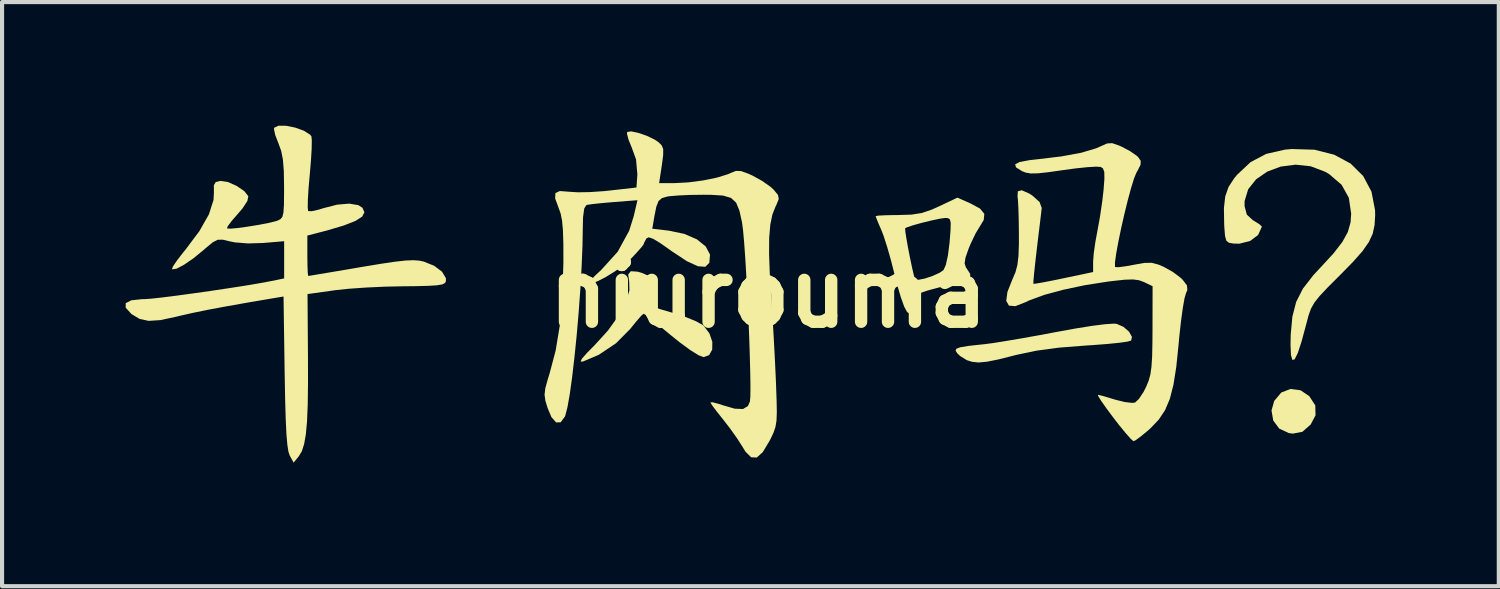
<source format=kicad_pcb>
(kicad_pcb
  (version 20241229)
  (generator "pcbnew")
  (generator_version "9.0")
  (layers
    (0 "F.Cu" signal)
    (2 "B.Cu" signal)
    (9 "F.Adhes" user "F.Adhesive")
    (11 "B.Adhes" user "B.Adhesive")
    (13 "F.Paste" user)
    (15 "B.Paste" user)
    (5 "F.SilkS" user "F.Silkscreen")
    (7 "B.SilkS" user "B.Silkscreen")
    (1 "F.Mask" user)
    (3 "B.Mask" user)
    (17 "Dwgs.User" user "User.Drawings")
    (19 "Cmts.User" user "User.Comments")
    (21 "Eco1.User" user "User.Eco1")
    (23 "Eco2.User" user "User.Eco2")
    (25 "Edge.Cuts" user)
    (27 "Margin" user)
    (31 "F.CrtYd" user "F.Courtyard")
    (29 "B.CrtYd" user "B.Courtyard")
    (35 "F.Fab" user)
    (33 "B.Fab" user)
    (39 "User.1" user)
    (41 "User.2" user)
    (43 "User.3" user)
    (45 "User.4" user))
  (footprint "niurouma"
    (layer "F.Cu")
    (at 15.595 4.068)
    (property "Reference" "niurouma" (at 0 0 0) (layer "F.SilkS") (effects (font (size 1.524 1.524) (thickness 0.3))))
    (attr board_only exclude_from_pos_files exclude_from_bom)
    (fp_poly (pts (xy 12.913 2.352) (xy 13.125 2.495) (xy 13.271 2.719) (xy 13.277 2.959) (xy 13.159 3.183) (xy 12.959 3.359) (xy 12.724 3.404) (xy 12.63 3.391) (xy 12.396 3.282) (xy 12.251 3.087) (xy 12.209 2.843) (xy 12.274 2.611) (xy 12.446 2.407) (xy 12.67 2.32)) (stroke (width 0) (type solid)) (fill yes) (layer "F.SilkS"))
    (fp_poly (pts (xy 8.45 0.74) (xy 8.616 0.813) (xy 8.751 0.93) (xy 8.822 1.055) (xy 8.803 1.146) (xy 8.715 1.171) (xy 8.512 1.2) (xy 8.222 1.229) (xy 7.869 1.256) (xy 7.696 1.267) (xy 7.048 1.318) (xy 6.501 1.392) (xy 6.016 1.494) (xy 5.962 1.508) (xy 5.581 1.604) (xy 5.304 1.659) (xy 5.102 1.678) (xy 4.944 1.662) (xy 4.817 1.622) (xy 4.654 1.522) (xy 4.582 1.453) (xy 4.543 1.39) (xy 4.562 1.344) (xy 4.659 1.308) (xy 4.853 1.276) (xy 5.163 1.242) (xy 5.242 1.234) (xy 5.449 1.207) (xy 5.763 1.157) (xy 6.152 1.091) (xy 6.583 1.014) (xy 6.955 0.944) (xy 7.437 0.856) (xy 7.848 0.79) (xy 8.17 0.749) (xy 8.384 0.735)) (stroke (width 0) (type solid)) (fill yes) (layer "F.SilkS"))
    (fp_poly (pts (xy -3.175 -0.526) (xy -3.065 -0.494) (xy -2.826 -0.39) (xy -2.715 -0.267) (xy -2.723 -0.102) (xy -2.784 0.034) (xy -2.859 0.193) (xy -2.885 0.289) (xy -2.882 0.299) (xy -2.804 0.328) (xy -2.624 0.384) (xy -2.377 0.457) (xy -2.287 0.483) (xy -2.003 0.576) (xy -1.757 0.677) (xy -1.593 0.768) (xy -1.571 0.786) (xy -1.43 0.973) (xy -1.36 1.178) (xy -1.363 1.365) (xy -1.438 1.5) (xy -1.572 1.548) (xy -1.693 1.503) (xy -1.894 1.378) (xy -2.151 1.189) (xy -2.359 1.022) (xy -2.61 0.815) (xy -2.82 0.646) (xy -2.966 0.533) (xy -3.026 0.494) (xy -3.085 0.544) (xy -3.202 0.678) (xy -3.353 0.864) (xy -3.695 1.21) (xy -4.116 1.492) (xy -4.5 1.655) (xy -4.556 1.654) (xy -4.525 1.586) (xy -4.399 1.443) (xy -4.213 1.255) (xy -3.895 0.905) (xy -3.64 0.552) (xy -3.462 0.219) (xy -3.372 -0.071) (xy -3.377 -0.281) (xy -3.402 -0.458) (xy -3.339 -0.537)) (stroke (width 0) (type solid)) (fill yes) (layer "F.SilkS"))
    (fp_poly (pts (xy 13.251 -3.485) (xy 13.73 -3.364) (xy 14.128 -3.149) (xy 14.433 -2.847) (xy 14.635 -2.467) (xy 14.721 -2.019) (xy 14.724 -1.9) (xy 14.71 -1.658) (xy 14.664 -1.446) (xy 14.57 -1.243) (xy 14.415 -1.022) (xy 14.183 -0.76) (xy 13.861 -0.432) (xy 13.832 -0.403) (xy 13.563 -0.134) (xy 13.375 0.066) (xy 13.249 0.225) (xy 13.167 0.371) (xy 13.108 0.534) (xy 13.054 0.739) (xy 12.941 1.159) (xy 12.847 1.447) (xy 12.771 1.6) (xy 12.715 1.617) (xy 12.681 1.499) (xy 12.67 1.244) (xy 12.675 1.003) (xy 12.715 0.566) (xy 12.807 0.208) (xy 12.97 -0.113) (xy 13.225 -0.442) (xy 13.403 -0.633) (xy 13.713 -0.969) (xy 13.927 -1.245) (xy 14.06 -1.487) (xy 14.127 -1.721) (xy 14.142 -1.934) (xy 14.085 -2.319) (xy 13.909 -2.635) (xy 13.608 -2.893) (xy 13.512 -2.949) (xy 13.161 -3.083) (xy 12.793 -3.122) (xy 12.433 -3.076) (xy 12.106 -2.954) (xy 11.835 -2.767) (xy 11.643 -2.526) (xy 11.556 -2.24) (xy 11.555 -2.116) (xy 11.609 -1.911) (xy 11.754 -1.776) (xy 11.777 -1.763) (xy 11.914 -1.678) (xy 11.975 -1.62) (xy 11.975 -1.617) (xy 11.883 -1.415) (xy 11.689 -1.271) (xy 11.43 -1.205) (xy 11.283 -1.208) (xy 11.174 -1.228) (xy 11.112 -1.278) (xy 11.081 -1.392) (xy 11.064 -1.604) (xy 11.06 -1.689) (xy 11.054 -2.069) (xy 11.086 -2.353) (xy 11.166 -2.581) (xy 11.305 -2.794) (xy 11.372 -2.876) (xy 11.701 -3.184) (xy 12.078 -3.383) (xy 12.534 -3.487) (xy 12.7 -3.502)) (stroke (width 0) (type solid)) (fill yes) (layer "F.SilkS"))
    (fp_poly (pts (xy 4.898 -2.185) (xy 5.134 -2.058) (xy 5.24 -1.93) (xy 5.226 -1.781) (xy 5.142 -1.641) (xy 5.03 -1.457) (xy 4.912 -1.211) (xy 4.858 -1.082) (xy 4.782 -0.863) (xy 4.762 -0.728) (xy 4.792 -0.631) (xy 4.821 -0.589) (xy 4.897 -0.472) (xy 4.897 -0.394) (xy 4.802 -0.332) (xy 4.594 -0.266) (xy 4.521 -0.246) (xy 4.245 -0.171) (xy 3.979 -0.1) (xy 3.852 -0.065) (xy 3.679 -0.006) (xy 3.605 0.079) (xy 3.588 0.235) (xy 3.588 0.245) (xy 3.565 0.45) (xy 3.496 0.525) (xy 3.385 0.468) (xy 3.356 0.437) (xy 3.295 0.321) (xy 3.216 0.1) (xy 3.13 -0.19) (xy 3.064 -0.45) (xy 2.976 -0.798) (xy 2.881 -1.131) (xy 2.793 -1.403) (xy 2.743 -1.531) (xy 2.722 -1.58) (xy 3.319 -1.58) (xy 3.322 -1.508) (xy 3.348 -1.337) (xy 3.389 -1.106) (xy 3.439 -0.852) (xy 3.489 -0.615) (xy 3.532 -0.431) (xy 3.56 -0.342) (xy 3.641 -0.328) (xy 3.799 -0.36) (xy 3.987 -0.423) (xy 4.157 -0.5) (xy 4.25 -0.565) (xy 4.306 -0.689) (xy 4.357 -0.92) (xy 4.396 -1.223) (xy 4.398 -1.249) (xy 4.42 -1.533) (xy 4.425 -1.705) (xy 4.406 -1.793) (xy 4.359 -1.825) (xy 4.293 -1.829) (xy 4.164 -1.812) (xy 3.961 -1.769) (xy 3.728 -1.712) (xy 3.512 -1.652) (xy 3.36 -1.601) (xy 3.319 -1.58) (xy 2.722 -1.58) (xy 2.662 -1.719) (xy 2.612 -1.845) (xy 2.603 -1.873) (xy 2.668 -1.886) (xy 2.84 -1.895) (xy 3.084 -1.9) (xy 3.149 -1.9) (xy 3.472 -1.91) (xy 3.721 -1.949) (xy 3.965 -2.032) (xy 4.141 -2.111) (xy 4.587 -2.322)) (stroke (width 0) (type solid)) (fill yes) (layer "F.SilkS"))
    (fp_poly (pts (xy 8.503 -3.589) (xy 8.576 -3.557) (xy 8.78 -3.449) (xy 8.941 -3.336) (xy 8.972 -3.306) (xy 9.035 -3.216) (xy 9.031 -3.122) (xy 8.957 -2.972) (xy 8.93 -2.927) (xy 8.874 -2.79) (xy 8.802 -2.558) (xy 8.721 -2.259) (xy 8.638 -1.921) (xy 8.559 -1.573) (xy 8.491 -1.243) (xy 8.439 -0.959) (xy 8.41 -0.75) (xy 8.411 -0.644) (xy 8.415 -0.638) (xy 8.495 -0.634) (xy 8.672 -0.657) (xy 8.868 -0.693) (xy 9.12 -0.738) (xy 9.296 -0.741) (xy 9.458 -0.7) (xy 9.587 -0.646) (xy 9.812 -0.521) (xy 10.008 -0.374) (xy 10.05 -0.333) (xy 10.156 -0.194) (xy 10.167 -0.083) (xy 10.132 0.001) (xy 10.097 0.123) (xy 10.056 0.357) (xy 10.013 0.673) (xy 9.972 1.044) (xy 9.955 1.231) (xy 9.898 1.784) (xy 9.829 2.22) (xy 9.741 2.563) (xy 9.625 2.836) (xy 9.473 3.064) (xy 9.276 3.271) (xy 9.233 3.31) (xy 9.055 3.458) (xy 8.919 3.559) (xy 8.861 3.588) (xy 8.798 3.536) (xy 8.672 3.394) (xy 8.503 3.188) (xy 8.377 3.025) (xy 8.203 2.791) (xy 8.072 2.604) (xy 8.001 2.489) (xy 7.996 2.463) (xy 8.085 2.482) (xy 8.262 2.533) (xy 8.412 2.579) (xy 8.639 2.636) (xy 8.825 2.658) (xy 8.897 2.65) (xy 8.991 2.563) (xy 9.104 2.392) (xy 9.166 2.27) (xy 9.227 2.122) (xy 9.269 1.97) (xy 9.296 1.783) (xy 9.312 1.535) (xy 9.319 1.195) (xy 9.321 0.881) (xy 9.323 -0.173) (xy 9.116 -0.273) (xy 8.994 -0.318) (xy 8.849 -0.337) (xy 8.646 -0.331) (xy 8.351 -0.299) (xy 8.237 -0.285) (xy 7.676 -0.197) (xy 7.151 -0.086) (xy 6.693 0.038) (xy 6.335 0.169) (xy 6.237 0.216) (xy 5.993 0.311) (xy 5.837 0.298) (xy 5.772 0.182) (xy 5.8 -0.032) (xy 5.922 -0.341) (xy 5.926 -0.347) (xy 5.997 -0.516) (xy 6.043 -0.691) (xy 6.069 -0.909) (xy 6.079 -1.207) (xy 6.079 -1.442) (xy 6.075 -1.771) (xy 6.067 -2.056) (xy 6.056 -2.264) (xy 6.046 -2.349) (xy 6.053 -2.476) (xy 6.149 -2.501) (xy 6.327 -2.423) (xy 6.408 -2.371) (xy 6.581 -2.215) (xy 6.633 -2.072) (xy 6.633 -2.07) (xy 6.619 -1.95) (xy 6.592 -1.722) (xy 6.555 -1.421) (xy 6.516 -1.091) (xy 6.478 -0.764) (xy 6.449 -0.493) (xy 6.432 -0.307) (xy 6.43 -0.231) (xy 6.43 -0.231) (xy 6.501 -0.238) (xy 6.68 -0.269) (xy 6.938 -0.319) (xy 7.163 -0.366) (xy 7.88 -0.517) (xy 7.88 -0.769) (xy 7.895 -0.968) (xy 7.934 -1.243) (xy 7.984 -1.513) (xy 8.047 -1.86) (xy 8.104 -2.249) (xy 8.134 -2.514) (xy 8.154 -2.783) (xy 8.151 -2.945) (xy 8.12 -3.03) (xy 8.066 -3.067) (xy 7.953 -3.074) (xy 7.734 -3.061) (xy 7.442 -3.03) (xy 7.15 -2.99) (xy 6.79 -2.939) (xy 6.539 -2.912) (xy 6.366 -2.909) (xy 6.243 -2.93) (xy 6.155 -2.965) (xy 6.009 -3.057) (xy 5.988 -3.13) (xy 6.096 -3.187) (xy 6.339 -3.232) (xy 6.52 -3.252) (xy 7.112 -3.323) (xy 7.593 -3.412) (xy 7.953 -3.519) (xy 8.068 -3.57) (xy 8.22 -3.637) (xy 8.343 -3.644)) (stroke (width 0) (type solid)) (fill yes) (layer "F.SilkS"))
    (fp_poly (pts (xy -11.702 -4.066) (xy -11.483 -4.022) (xy -11.274 -3.947) (xy -11.123 -3.852) (xy -11.089 -3.812) (xy -11.079 -3.717) (xy -11.082 -3.513) (xy -11.099 -3.228) (xy -11.127 -2.894) (xy -11.128 -2.89) (xy -11.157 -2.559) (xy -11.174 -2.281) (xy -11.178 -2.084) (xy -11.168 -1.998) (xy -11.168 -1.997) (xy -11.082 -1.993) (xy -10.911 -2.031) (xy -10.792 -2.068) (xy -10.463 -2.152) (xy -10.171 -2.177) (xy -9.949 -2.14) (xy -9.85 -2.076) (xy -9.803 -1.967) (xy -9.856 -1.863) (xy -10.016 -1.759) (xy -10.295 -1.649) (xy -10.7 -1.528) (xy -10.888 -1.479) (xy -11.187 -1.402) (xy -11.187 -0.912) (xy -11.184 -0.67) (xy -11.177 -0.495) (xy -11.166 -0.422) (xy -11.165 -0.422) (xy -11.092 -0.433) (xy -10.903 -0.465) (xy -10.62 -0.512) (xy -10.265 -0.572) (xy -9.896 -0.635) (xy -9.427 -0.713) (xy -9.072 -0.766) (xy -8.809 -0.796) (xy -8.615 -0.804) (xy -8.467 -0.793) (xy -8.367 -0.772) (xy -8.11 -0.669) (xy -7.92 -0.526) (xy -7.826 -0.37) (xy -7.824 -0.296) (xy -7.848 -0.25) (xy -7.913 -0.217) (xy -8.041 -0.195) (xy -8.253 -0.182) (xy -8.569 -0.174) (xy -8.866 -0.171) (xy -9.302 -0.162) (xy -9.755 -0.141) (xy -10.174 -0.112) (xy -10.508 -0.077) (xy -10.534 -0.073) (xy -11.183 0.018) (xy -11.172 1.539) (xy -11.171 2.184) (xy -11.178 2.704) (xy -11.195 3.113) (xy -11.224 3.427) (xy -11.266 3.661) (xy -11.321 3.831) (xy -11.393 3.951) (xy -11.395 3.954) (xy -11.52 4.108) (xy -11.615 3.936) (xy -11.647 3.839) (xy -11.673 3.668) (xy -11.695 3.409) (xy -11.712 3.048) (xy -11.726 2.574) (xy -11.737 1.973) (xy -11.738 1.921) (xy -11.765 0.077) (xy -11.951 0.108) (xy -12.618 0.221) (xy -13.164 0.318) (xy -13.609 0.401) (xy -13.971 0.475) (xy -14.27 0.543) (xy -14.38 0.57) (xy -14.756 0.65) (xy -15.038 0.668) (xy -15.257 0.621) (xy -15.446 0.508) (xy -15.462 0.495) (xy -15.595 0.348) (xy -15.594 0.239) (xy -15.46 0.169) (xy -15.194 0.141) (xy -15.139 0.141) (xy -14.984 0.13) (xy -14.717 0.101) (xy -14.368 0.057) (xy -13.964 0.002) (xy -13.533 -0.059) (xy -13.104 -0.123) (xy -12.703 -0.185) (xy -12.36 -0.243) (xy -12.12 -0.287) (xy -11.75 -0.362) (xy -11.75 -1.265) (xy -12.26 -1.222) (xy -12.628 -1.211) (xy -12.95 -1.237) (xy -13.072 -1.262) (xy -13.241 -1.302) (xy -13.362 -1.3) (xy -13.48 -1.24) (xy -13.643 -1.106) (xy -13.705 -1.052) (xy -13.953 -0.849) (xy -14.18 -0.693) (xy -14.358 -0.599) (xy -14.464 -0.582) (xy -14.472 -0.588) (xy -14.447 -0.654) (xy -14.349 -0.799) (xy -14.198 -0.995) (xy -14.147 -1.056) (xy -13.806 -1.511) (xy -13.576 -1.916) (xy -13.464 -2.265) (xy -13.454 -2.448) (xy -13.456 -2.622) (xy -13.41 -2.701) (xy -13.298 -2.728) (xy -13.114 -2.701) (xy -12.902 -2.607) (xy -12.716 -2.479) (xy -12.619 -2.356) (xy -12.643 -2.24) (xy -12.762 -2.059) (xy -12.874 -1.928) (xy -13.023 -1.757) (xy -13.118 -1.629) (xy -13.138 -1.576) (xy -13.056 -1.569) (xy -12.876 -1.585) (xy -12.637 -1.618) (xy -12.377 -1.66) (xy -12.137 -1.706) (xy -11.956 -1.75) (xy -11.91 -1.765) (xy -11.839 -1.8) (xy -11.793 -1.857) (xy -11.767 -1.963) (xy -11.755 -2.145) (xy -11.752 -2.43) (xy -11.752 -2.584) (xy -11.758 -2.966) (xy -11.78 -3.245) (xy -11.822 -3.457) (xy -11.888 -3.64) (xy -11.892 -3.648) (xy -11.966 -3.841) (xy -11.997 -3.982) (xy -11.992 -4.018) (xy -11.887 -4.068)) (stroke (width 0) (type solid)) (fill yes) (layer "F.SilkS"))
    (fp_poly (pts (xy -3.151 -3.893) (xy -2.945 -3.821) (xy -2.757 -3.729) (xy -2.673 -3.673) (xy -2.59 -3.593) (xy -2.552 -3.5) (xy -2.553 -3.353) (xy -2.585 -3.111) (xy -2.651 -2.674) (xy -2.288 -2.674) (xy -1.947 -2.692) (xy -1.581 -2.74) (xy -1.241 -2.81) (xy -0.975 -2.893) (xy -0.91 -2.922) (xy -0.787 -2.971) (xy -0.664 -2.967) (xy -0.491 -2.905) (xy -0.381 -2.855) (xy -0.148 -2.726) (xy 0.056 -2.582) (xy 0.129 -2.514) (xy 0.233 -2.388) (xy 0.252 -2.289) (xy 0.195 -2.148) (xy 0.174 -2.107) (xy 0.098 -1.914) (xy 0.047 -1.668) (xy 0.02 -1.351) (xy 0.017 -0.945) (xy 0.036 -0.432) (xy 0.067 0.07) (xy 0.1 0.565) (xy 0.132 1.109) (xy 0.16 1.645) (xy 0.182 2.113) (xy 0.186 2.216) (xy 0.2 2.608) (xy 0.205 2.889) (xy 0.197 3.09) (xy 0.172 3.241) (xy 0.128 3.373) (xy 0.061 3.517) (xy 0.024 3.588) (xy -0.137 3.854) (xy -0.281 3.984) (xy -0.417 3.979) (xy -0.555 3.843) (xy -0.621 3.735) (xy -0.752 3.529) (xy -0.931 3.277) (xy -1.093 3.068) (xy -1.248 2.873) (xy -1.361 2.723) (xy -1.407 2.648) (xy -1.407 2.646) (xy -1.348 2.645) (xy -1.2 2.684) (xy -1.117 2.712) (xy -0.817 2.799) (xy -0.616 2.807) (xy -0.496 2.735) (xy -0.448 2.625) (xy -0.437 2.5) (xy -0.435 2.257) (xy -0.44 1.918) (xy -0.451 1.506) (xy -0.466 1.044) (xy -0.486 0.554) (xy -0.51 0.059) (xy -0.535 -0.419) (xy -0.561 -0.858) (xy -0.588 -1.235) (xy -0.614 -1.527) (xy -0.638 -1.712) (xy -0.638 -1.716) (xy -0.703 -2.008) (xy -0.783 -2.201) (xy -0.907 -2.316) (xy -1.103 -2.373) (xy -1.398 -2.391) (xy -1.576 -2.392) (xy -1.894 -2.388) (xy -2.183 -2.375) (xy -2.396 -2.357) (xy -2.452 -2.349) (xy -2.582 -2.311) (xy -2.665 -2.24) (xy -2.719 -2.103) (xy -2.767 -1.864) (xy -2.774 -1.822) (xy -2.817 -1.568) (xy -2.417 -1.521) (xy -2.038 -1.442) (xy -1.734 -1.31) (xy -1.521 -1.138) (xy -1.416 -0.94) (xy -1.433 -0.739) (xy -1.531 -0.644) (xy -1.712 -0.658) (xy -1.979 -0.781) (xy -2.331 -1.013) (xy -2.355 -1.03) (xy -2.62 -1.217) (xy -2.795 -1.323) (xy -2.901 -1.359) (xy -2.958 -1.334) (xy -2.961 -1.329) (xy -3.017 -1.224) (xy -3.024 -1.195) (xy -3.07 -1.13) (xy -3.188 -0.996) (xy -3.325 -0.85) (xy -3.499 -0.696) (xy -3.716 -0.538) (xy -3.943 -0.397) (xy -4.147 -0.292) (xy -4.297 -0.241) (xy -4.353 -0.248) (xy -4.321 -0.307) (xy -4.207 -0.428) (xy -4.055 -0.569) (xy -3.656 -1.01) (xy -3.378 -1.519) (xy -3.266 -1.876) (xy -3.177 -2.26) (xy -3.752 -2.215) (xy -4.031 -2.191) (xy -4.259 -2.167) (xy -4.398 -2.147) (xy -4.415 -2.143) (xy -4.468 -2.06) (xy -4.497 -1.849) (xy -4.503 -1.603) (xy -4.511 -1.152) (xy -4.532 -0.643) (xy -4.563 -0.096) (xy -4.604 0.467) (xy -4.652 1.024) (xy -4.706 1.554) (xy -4.762 2.034) (xy -4.819 2.444) (xy -4.875 2.761) (xy -4.927 2.963) (xy -4.938 2.991) (xy -5.04 3.129) (xy -5.151 3.132) (xy -5.264 3.004) (xy -5.355 2.789) (xy -5.411 2.606) (xy -5.431 2.461) (xy -5.413 2.305) (xy -5.354 2.089) (xy -5.308 1.941) (xy -5.162 1.389) (xy -5.06 0.772) (xy -4.999 0.067) (xy -4.974 -0.75) (xy -4.974 -0.774) (xy -4.975 -1.208) (xy -4.985 -1.528) (xy -5.006 -1.762) (xy -5.041 -1.937) (xy -5.089 -2.072) (xy -5.174 -2.302) (xy -5.168 -2.433) (xy -5.062 -2.482) (xy -4.844 -2.466) (xy -4.837 -2.465) (xy -4.624 -2.452) (xy -4.325 -2.457) (xy -3.991 -2.48) (xy -3.863 -2.493) (xy -3.201 -2.568) (xy -3.179 -2.883) (xy -3.211 -3.249) (xy -3.314 -3.533) (xy -3.394 -3.73) (xy -3.431 -3.873) (xy -3.425 -3.916) (xy -3.327 -3.93)) (stroke (width 0) (type solid)) (fill yes) (layer "F.SilkS")))
  (gr_rect
    (start -3 -3)
    (end 33.319 11.175)
    (stroke (width 0.1) (type default))
    (fill no)
    (layer "Edge.Cuts")))
</source>
